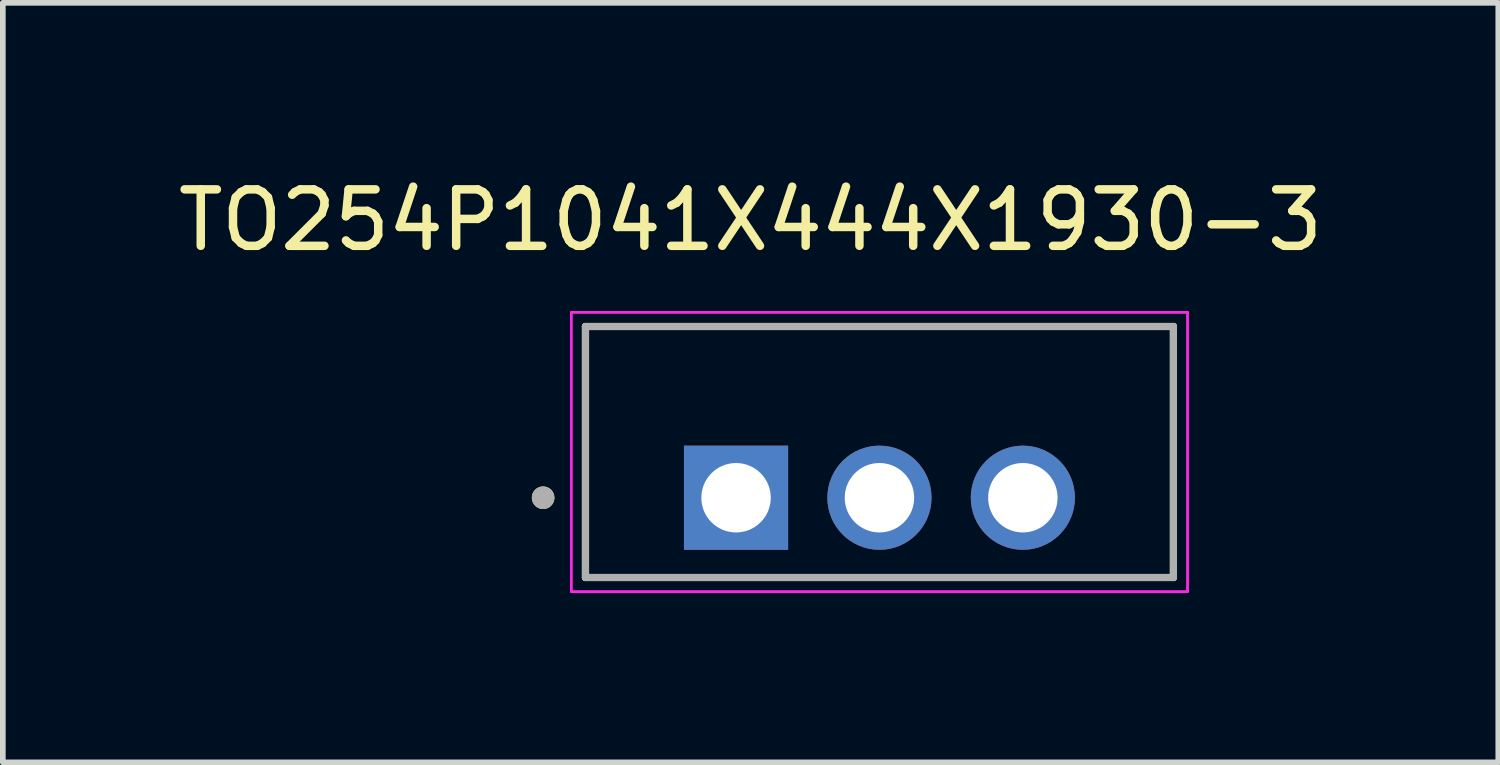
<source format=kicad_pcb>
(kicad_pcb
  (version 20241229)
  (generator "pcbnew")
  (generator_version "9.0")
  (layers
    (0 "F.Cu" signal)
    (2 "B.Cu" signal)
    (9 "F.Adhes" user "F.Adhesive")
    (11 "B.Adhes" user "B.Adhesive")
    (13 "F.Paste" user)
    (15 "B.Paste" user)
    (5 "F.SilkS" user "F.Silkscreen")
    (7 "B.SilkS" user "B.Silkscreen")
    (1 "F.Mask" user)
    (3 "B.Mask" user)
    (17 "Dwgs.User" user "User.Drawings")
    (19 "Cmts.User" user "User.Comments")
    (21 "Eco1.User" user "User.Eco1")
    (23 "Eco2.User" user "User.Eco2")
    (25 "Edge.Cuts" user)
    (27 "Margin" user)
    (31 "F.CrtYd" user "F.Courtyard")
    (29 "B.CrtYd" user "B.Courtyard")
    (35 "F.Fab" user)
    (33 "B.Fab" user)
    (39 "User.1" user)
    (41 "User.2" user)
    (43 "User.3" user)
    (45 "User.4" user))
  (footprint "TO254P1041X444X1930-3"
    (layer "F.Cu")
    (at 12.527 4.956)
    (property "Reference" "TO254P1041X444X1930-3" (at -2.283 -4.107 0) (layer "F.SilkS") (effects (font (size 1 1) (thickness 0.15))))
    (attr through_hole)
    (fp_line (start -5.207 -2.223) (end 5.207 -2.223) (stroke (width 0.127) (type solid)) (layer "F.SilkS"))
    (fp_line (start -5.207 2.223) (end -5.207 -2.223) (stroke (width 0.127) (type solid)) (layer "F.SilkS"))
    (fp_line (start 5.207 -2.223) (end 5.207 2.223) (stroke (width 0.127) (type solid)) (layer "F.SilkS"))
    (fp_line (start 5.207 2.223) (end -5.207 2.223) (stroke (width 0.127) (type solid)) (layer "F.SilkS"))
    (fp_circle (center -5.957 0.81) (end -5.857 0.81) (stroke (width 0.2) (type solid)) (fill no) (layer "F.SilkS"))
    (fp_line (start -5.457 -2.473) (end -5.457 2.473) (stroke (width 0.05) (type solid)) (layer "F.CrtYd"))
    (fp_line (start -5.457 2.473) (end 5.457 2.473) (stroke (width 0.05) (type solid)) (layer "F.CrtYd"))
    (fp_line (start 5.457 -2.473) (end -5.457 -2.473) (stroke (width 0.05) (type solid)) (layer "F.CrtYd"))
    (fp_line (start 5.457 2.473) (end 5.457 -2.473) (stroke (width 0.05) (type solid)) (layer "F.CrtYd"))
    (fp_line (start -5.207 -2.223) (end 5.207 -2.223) (stroke (width 0.127) (type solid)) (layer "F.Fab"))
    (fp_line (start -5.207 2.223) (end -5.207 -2.223) (stroke (width 0.127) (type solid)) (layer "F.Fab"))
    (fp_line (start 5.207 -2.223) (end 5.207 2.223) (stroke (width 0.127) (type solid)) (layer "F.Fab"))
    (fp_line (start 5.207 2.223) (end -5.207 2.223) (stroke (width 0.127) (type solid)) (layer "F.Fab"))
    (fp_circle (center -5.957 0.81) (end -5.857 0.81) (stroke (width 0.2) (type solid)) (fill no) (layer "F.Fab"))
    (pad "1" thru_hole rect (at -2.54 0.81) (size 1.845 1.845) (drill 1.23) (layers "*.Cu" "*.Mask"))
    (pad "2" thru_hole circle (at 0 0.81) (size 1.845 1.845) (drill 1.23) (layers "*.Cu" "*.Mask"))
    (pad "3" thru_hole circle (at 2.54 0.81) (size 1.845 1.845) (drill 1.23) (layers "*.Cu" "*.Mask")))
  (gr_rect
    (start -3 -3)
    (end 23.488 10.453)
    (stroke (width 0.1) (type default))
    (fill no)
    (layer "Edge.Cuts")))
</source>
